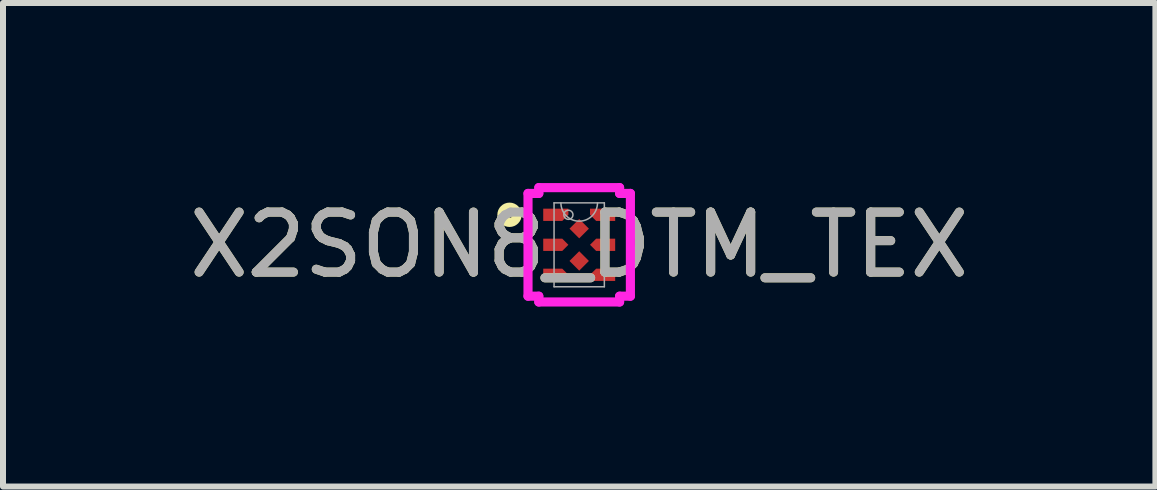
<source format=kicad_pcb>
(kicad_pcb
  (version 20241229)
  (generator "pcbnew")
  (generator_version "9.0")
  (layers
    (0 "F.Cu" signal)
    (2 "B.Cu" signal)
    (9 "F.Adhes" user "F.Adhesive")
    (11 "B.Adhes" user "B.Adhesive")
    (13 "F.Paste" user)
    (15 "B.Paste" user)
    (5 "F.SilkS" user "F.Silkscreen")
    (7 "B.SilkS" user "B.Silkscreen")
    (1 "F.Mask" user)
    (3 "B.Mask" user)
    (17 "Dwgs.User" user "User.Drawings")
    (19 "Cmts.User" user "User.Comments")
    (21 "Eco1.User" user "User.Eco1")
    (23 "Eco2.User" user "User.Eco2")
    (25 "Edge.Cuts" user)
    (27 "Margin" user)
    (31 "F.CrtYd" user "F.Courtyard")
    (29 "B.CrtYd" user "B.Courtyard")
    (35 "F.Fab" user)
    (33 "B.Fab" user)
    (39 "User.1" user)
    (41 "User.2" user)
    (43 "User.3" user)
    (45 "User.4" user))
  (footprint "X2SON8_DTM_TEX"
    (layer "F.Cu")
    (at 6.601 1.029)
    (property "Reference" "X2SON8_DTM_TEX" (at 0 0 0) (unlocked yes) (layer "F.SilkS") (effects (font (size 1 1) (thickness 0.15))))
    (attr smd)
    (fp_poly (pts (xy -0.599 -0.602) (xy -0.599 -0.399) (xy -0.282 -0.399) (xy -0.18 -0.5) (xy -0.18 -0.602)) (stroke (width 0) (type solid)) (fill yes) (layer "F.Mask"))
    (fp_poly (pts (xy -0.599 -0.102) (xy -0.599 0.102) (xy -0.282 0.102) (xy -0.18 0) (xy -0.282 -0.102)) (stroke (width 0) (type solid)) (fill yes) (layer "F.Mask"))
    (fp_poly (pts (xy -0.599 0.602) (xy -0.599 0.399) (xy -0.282 0.399) (xy -0.18 0.5) (xy -0.18 0.602)) (stroke (width 0) (type solid)) (fill yes) (layer "F.Mask"))
    (fp_poly (pts (xy 0.599 -0.602) (xy 0.599 -0.399) (xy 0.282 -0.399) (xy 0.18 -0.5) (xy 0.18 -0.602)) (stroke (width 0) (type solid)) (fill yes) (layer "F.Mask"))
    (fp_poly (pts (xy 0.599 -0.102) (xy 0.599 0.102) (xy 0.282 0.102) (xy 0.18 0) (xy 0.282 -0.102)) (stroke (width 0) (type solid)) (fill yes) (layer "F.Mask"))
    (fp_poly (pts (xy 0.599 0.602) (xy 0.599 0.399) (xy 0.282 0.399) (xy 0.18 0.5) (xy 0.18 0.602)) (stroke (width 0) (type solid)) (fill yes) (layer "F.Mask"))
    (fp_circle (center -1.161 -0.5) (end -1.034 -0.5) (stroke (width 0.152) (type solid)) (fill no) (layer "F.SilkS"))
    (fp_poly (pts (xy -0.599 -0.602) (xy -0.599 -0.399) (xy -0.282 -0.399) (xy -0.18 -0.5) (xy -0.18 -0.602)) (stroke (width 0) (type solid)) (fill yes) (layer "F.Paste"))
    (fp_poly (pts (xy -0.599 -0.102) (xy -0.599 0.102) (xy -0.282 0.102) (xy -0.18 0) (xy -0.282 -0.102)) (stroke (width 0) (type solid)) (fill yes) (layer "F.Paste"))
    (fp_poly (pts (xy -0.599 0.602) (xy -0.599 0.399) (xy -0.282 0.399) (xy -0.18 0.5) (xy -0.18 0.602)) (stroke (width 0) (type solid)) (fill yes) (layer "F.Paste"))
    (fp_poly (pts (xy 0.599 -0.602) (xy 0.599 -0.399) (xy 0.282 -0.399) (xy 0.18 -0.5) (xy 0.18 -0.602)) (stroke (width 0) (type solid)) (fill yes) (layer "F.Paste"))
    (fp_poly (pts (xy 0.599 -0.102) (xy 0.599 0.102) (xy 0.282 0.102) (xy 0.18 0) (xy 0.282 -0.102)) (stroke (width 0) (type solid)) (fill yes) (layer "F.Paste"))
    (fp_poly (pts (xy 0.599 0.602) (xy 0.599 0.399) (xy 0.282 0.399) (xy 0.18 0.5) (xy 0.18 0.602)) (stroke (width 0) (type solid)) (fill yes) (layer "F.Paste"))
    (fp_line (start -0.853 -0.856) (end -0.673 -0.856) (stroke (width 0.152) (type solid)) (layer "F.CrtYd"))
    (fp_line (start -0.853 0.856) (end -0.853 -0.856) (stroke (width 0.152) (type solid)) (layer "F.CrtYd"))
    (fp_line (start -0.853 0.856) (end -0.673 0.856) (stroke (width 0.152) (type solid)) (layer "F.CrtYd"))
    (fp_line (start -0.673 -0.953) (end 0.673 -0.953) (stroke (width 0.152) (type solid)) (layer "F.CrtYd"))
    (fp_line (start -0.673 -0.856) (end -0.673 -0.953) (stroke (width 0.152) (type solid)) (layer "F.CrtYd"))
    (fp_line (start -0.673 0.953) (end -0.673 0.856) (stroke (width 0.152) (type solid)) (layer "F.CrtYd"))
    (fp_line (start 0.673 -0.953) (end 0.673 -0.856) (stroke (width 0.152) (type solid)) (layer "F.CrtYd"))
    (fp_line (start 0.673 0.856) (end 0.673 0.953) (stroke (width 0.152) (type solid)) (layer "F.CrtYd"))
    (fp_line (start 0.673 0.953) (end -0.673 0.953) (stroke (width 0.152) (type solid)) (layer "F.CrtYd"))
    (fp_line (start 0.853 -0.856) (end 0.673 -0.856) (stroke (width 0.152) (type solid)) (layer "F.CrtYd"))
    (fp_line (start 0.853 -0.856) (end 0.853 0.856) (stroke (width 0.152) (type solid)) (layer "F.CrtYd"))
    (fp_line (start 0.853 0.856) (end 0.673 0.856) (stroke (width 0.152) (type solid)) (layer "F.CrtYd"))
    (fp_line (start -0.419 -0.699) (end -0.419 0.699) (stroke (width 0.025) (type solid)) (layer "F.Fab"))
    (fp_line (start -0.419 0.699) (end 0.419 0.699) (stroke (width 0.025) (type solid)) (layer "F.Fab"))
    (fp_line (start 0.419 -0.699) (end -0.419 -0.699) (stroke (width 0.025) (type solid)) (layer "F.Fab"))
    (fp_line (start 0.419 0.699) (end 0.419 -0.699) (stroke (width 0.025) (type solid)) (layer "F.Fab"))
    (fp_arc (start 0.3048 -0.6985) (mid 0 -0.3937) (end -0.3048 -0.6985) (stroke (width 0.0254) (type solid)) (layer "F.Fab"))
    (fp_circle (center -0.18 -0.5) (end -0.104 -0.5) (stroke (width 0.025) (type solid)) (fill no) (layer "F.Fab"))
    (fp_text user "${REFERENCE}" (at 0 0 0) (unlocked yes) (layer "F.Fab") (effects (font (size 1 1) (thickness 0.15))))
    (pad "1" smd custom (at -0.447 -0.5) (size 0.305 0.203) (layers "F.Cu" "F.Mask" "F.Paste") (options (anchor rect)) (primitives (gr_poly (pts (xy -0.152 -0.102) (xy -0.152 0.102) (xy 0.165 0.102) (xy 0.267 0) (xy 0.267 -0.102)) (width 0) (fill yes))))
    (pad "2" smd custom (at -0.447 0) (size 0.305 0.203) (layers "F.Cu" "F.Mask" "F.Paste") (options (anchor rect)) (primitives (gr_poly (pts (xy -0.152 -0.102) (xy -0.152 0.102) (xy 0.165 0.102) (xy 0.267 0) (xy 0.165 -0.102)) (width 0) (fill yes))))
    (pad "3" smd custom (at -0.447 0.5) (size 0.305 0.203) (layers "F.Cu" "F.Mask" "F.Paste") (options (anchor rect)) (primitives (gr_poly (pts (xy -0.152 0.102) (xy -0.152 -0.102) (xy 0.165 -0.102) (xy 0.267 0) (xy 0.267 0.102)) (width 0) (fill yes))))
    (pad "4" smd rect (at 0 0.269 45) (size 0.229 0.229) (layers "F.Cu" "F.Mask" "F.Paste"))
    (pad "5" smd custom (at 0.447 0.5) (size 0.305 0.203) (layers "F.Cu" "F.Mask" "F.Paste") (options (anchor rect)) (primitives (gr_poly (pts (xy 0.152 0.102) (xy 0.152 -0.102) (xy -0.165 -0.102) (xy -0.267 0) (xy -0.267 0.102)) (width 0) (fill yes))))
    (pad "6" smd custom (at 0.447 0) (size 0.305 0.203) (layers "F.Cu" "F.Mask" "F.Paste") (options (anchor rect)) (primitives (gr_poly (pts (xy 0.152 -0.102) (xy 0.152 0.102) (xy -0.165 0.102) (xy -0.267 0) (xy -0.165 -0.102)) (width 0) (fill yes))))
    (pad "7" smd custom (at 0.447 -0.5) (size 0.305 0.203) (layers "F.Cu" "F.Mask" "F.Paste") (options (anchor rect)) (primitives (gr_poly (pts (xy 0.152 -0.102) (xy 0.152 0.102) (xy -0.165 0.102) (xy -0.267 0) (xy -0.267 -0.102)) (width 0) (fill yes))))
    (pad "8" smd rect (at 0 -0.269 45) (size 0.229 0.229) (layers "F.Cu" "F.Mask" "F.Paste")))
  (gr_rect
    (start -3 -3)
    (end 16.202 5.057)
    (stroke (width 0.1) (type default))
    (fill no)
    (layer "Edge.Cuts")))
</source>
